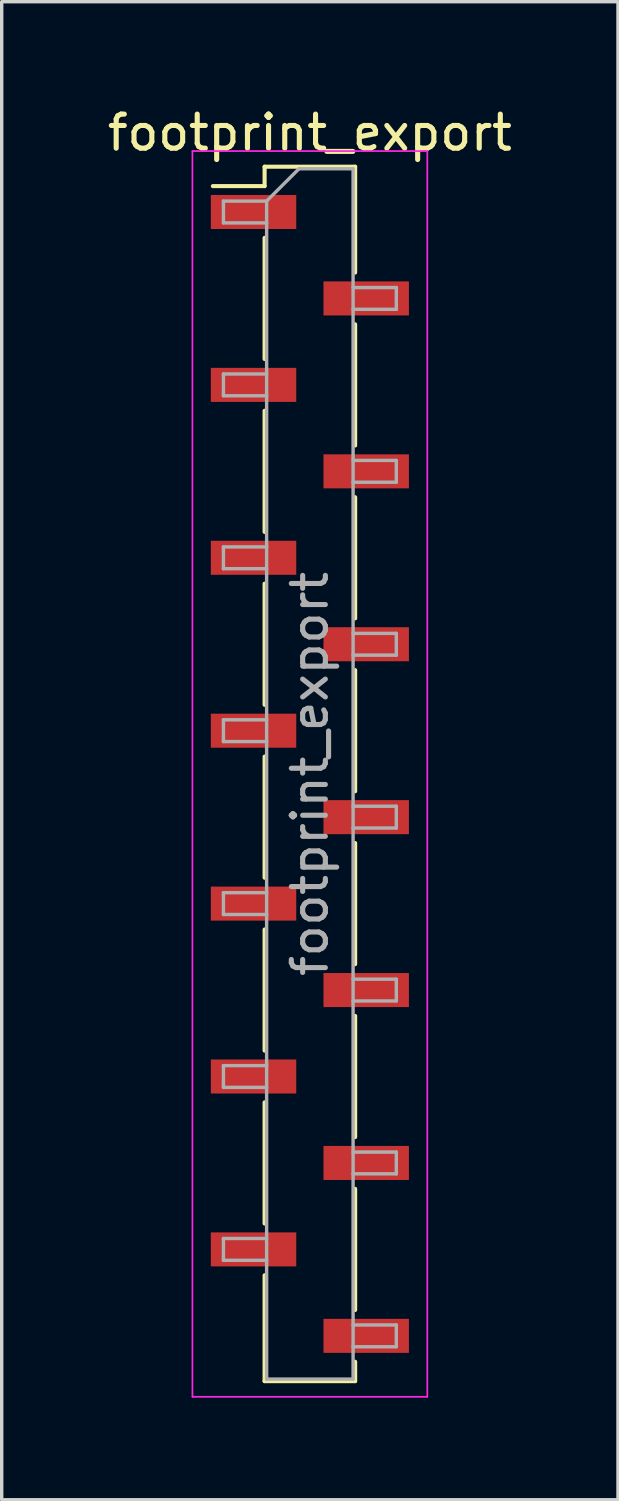
<source format=kicad_pcb>
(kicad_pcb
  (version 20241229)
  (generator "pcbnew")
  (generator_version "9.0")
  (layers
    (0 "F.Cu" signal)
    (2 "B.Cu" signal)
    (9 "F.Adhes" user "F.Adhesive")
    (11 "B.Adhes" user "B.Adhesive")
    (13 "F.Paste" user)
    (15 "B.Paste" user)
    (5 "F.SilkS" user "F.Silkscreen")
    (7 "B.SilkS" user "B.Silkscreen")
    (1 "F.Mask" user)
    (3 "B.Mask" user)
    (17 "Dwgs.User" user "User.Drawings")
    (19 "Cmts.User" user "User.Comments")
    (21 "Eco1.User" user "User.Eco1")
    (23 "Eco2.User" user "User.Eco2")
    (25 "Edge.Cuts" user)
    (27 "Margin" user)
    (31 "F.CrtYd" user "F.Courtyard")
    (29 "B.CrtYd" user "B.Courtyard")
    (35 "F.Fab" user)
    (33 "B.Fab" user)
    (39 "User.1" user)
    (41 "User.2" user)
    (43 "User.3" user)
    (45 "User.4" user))
  (footprint "footprint_export"
    (layer "F.Cu")
    (at 6.054 19.688)
    (property "Reference" "footprint_export" (at 0 -18.84 0) (layer "F.SilkS") (effects (font (size 1 1) (thickness 0.15))))
    (attr smd)
    (fp_line (start -1.33 -17.84) (end -1.33 -17.27) (stroke (width 0.12) (type solid)) (layer "F.SilkS"))
    (fp_line (start -1.33 -17.84) (end 1.33 -17.84) (stroke (width 0.12) (type solid)) (layer "F.SilkS"))
    (fp_line (start -1.33 -17.27) (end -2.85 -17.27) (stroke (width 0.12) (type solid)) (layer "F.SilkS"))
    (fp_line (start -1.33 -15.75) (end -1.33 -12.19) (stroke (width 0.12) (type solid)) (layer "F.SilkS"))
    (fp_line (start -1.33 -10.67) (end -1.33 -7.11) (stroke (width 0.12) (type solid)) (layer "F.SilkS"))
    (fp_line (start -1.33 -5.59) (end -1.33 -2.03) (stroke (width 0.12) (type solid)) (layer "F.SilkS"))
    (fp_line (start -1.33 -0.51) (end -1.33 3.05) (stroke (width 0.12) (type solid)) (layer "F.SilkS"))
    (fp_line (start -1.33 4.57) (end -1.33 8.13) (stroke (width 0.12) (type solid)) (layer "F.SilkS"))
    (fp_line (start -1.33 9.65) (end -1.33 13.21) (stroke (width 0.12) (type solid)) (layer "F.SilkS"))
    (fp_line (start -1.33 14.73) (end -1.33 17.84) (stroke (width 0.12) (type solid)) (layer "F.SilkS"))
    (fp_line (start -1.33 17.84) (end 1.33 17.84) (stroke (width 0.12) (type solid)) (layer "F.SilkS"))
    (fp_line (start 1.33 -17.84) (end 1.33 -14.73) (stroke (width 0.12) (type solid)) (layer "F.SilkS"))
    (fp_line (start 1.33 -13.21) (end 1.33 -9.65) (stroke (width 0.12) (type solid)) (layer "F.SilkS"))
    (fp_line (start 1.33 -8.13) (end 1.33 -4.57) (stroke (width 0.12) (type solid)) (layer "F.SilkS"))
    (fp_line (start 1.33 -3.05) (end 1.33 0.51) (stroke (width 0.12) (type solid)) (layer "F.SilkS"))
    (fp_line (start 1.33 2.03) (end 1.33 5.59) (stroke (width 0.12) (type solid)) (layer "F.SilkS"))
    (fp_line (start 1.33 7.11) (end 1.33 10.67) (stroke (width 0.12) (type solid)) (layer "F.SilkS"))
    (fp_line (start 1.33 12.19) (end 1.33 15.75) (stroke (width 0.12) (type solid)) (layer "F.SilkS"))
    (fp_line (start 1.33 17.27) (end 1.33 17.84) (stroke (width 0.12) (type solid)) (layer "F.SilkS"))
    (fp_line (start -3.45 -18.3) (end -3.45 18.3) (stroke (width 0.05) (type solid)) (layer "F.CrtYd"))
    (fp_line (start -3.45 18.3) (end 3.45 18.3) (stroke (width 0.05) (type solid)) (layer "F.CrtYd"))
    (fp_line (start 3.45 -18.3) (end -3.45 -18.3) (stroke (width 0.05) (type solid)) (layer "F.CrtYd"))
    (fp_line (start 3.45 18.3) (end 3.45 -18.3) (stroke (width 0.05) (type solid)) (layer "F.CrtYd"))
    (fp_line (start -2.54 -16.83) (end -2.54 -16.19) (stroke (width 0.1) (type solid)) (layer "F.Fab"))
    (fp_line (start -2.54 -16.19) (end -1.27 -16.19) (stroke (width 0.1) (type solid)) (layer "F.Fab"))
    (fp_line (start -2.54 -11.75) (end -2.54 -11.11) (stroke (width 0.1) (type solid)) (layer "F.Fab"))
    (fp_line (start -2.54 -11.11) (end -1.27 -11.11) (stroke (width 0.1) (type solid)) (layer "F.Fab"))
    (fp_line (start -2.54 -6.67) (end -2.54 -6.03) (stroke (width 0.1) (type solid)) (layer "F.Fab"))
    (fp_line (start -2.54 -6.03) (end -1.27 -6.03) (stroke (width 0.1) (type solid)) (layer "F.Fab"))
    (fp_line (start -2.54 -1.59) (end -2.54 -0.95) (stroke (width 0.1) (type solid)) (layer "F.Fab"))
    (fp_line (start -2.54 -0.95) (end -1.27 -0.95) (stroke (width 0.1) (type solid)) (layer "F.Fab"))
    (fp_line (start -2.54 3.49) (end -2.54 4.13) (stroke (width 0.1) (type solid)) (layer "F.Fab"))
    (fp_line (start -2.54 4.13) (end -1.27 4.13) (stroke (width 0.1) (type solid)) (layer "F.Fab"))
    (fp_line (start -2.54 8.57) (end -2.54 9.21) (stroke (width 0.1) (type solid)) (layer "F.Fab"))
    (fp_line (start -2.54 9.21) (end -1.27 9.21) (stroke (width 0.1) (type solid)) (layer "F.Fab"))
    (fp_line (start -2.54 13.65) (end -2.54 14.29) (stroke (width 0.1) (type solid)) (layer "F.Fab"))
    (fp_line (start -2.54 14.29) (end -1.27 14.29) (stroke (width 0.1) (type solid)) (layer "F.Fab"))
    (fp_line (start -1.27 -16.83) (end -2.54 -16.83) (stroke (width 0.1) (type solid)) (layer "F.Fab"))
    (fp_line (start -1.27 -16.83) (end -0.32 -17.78) (stroke (width 0.1) (type solid)) (layer "F.Fab"))
    (fp_line (start -1.27 -11.75) (end -2.54 -11.75) (stroke (width 0.1) (type solid)) (layer "F.Fab"))
    (fp_line (start -1.27 -6.67) (end -2.54 -6.67) (stroke (width 0.1) (type solid)) (layer "F.Fab"))
    (fp_line (start -1.27 -1.59) (end -2.54 -1.59) (stroke (width 0.1) (type solid)) (layer "F.Fab"))
    (fp_line (start -1.27 3.49) (end -2.54 3.49) (stroke (width 0.1) (type solid)) (layer "F.Fab"))
    (fp_line (start -1.27 8.57) (end -2.54 8.57) (stroke (width 0.1) (type solid)) (layer "F.Fab"))
    (fp_line (start -1.27 13.65) (end -2.54 13.65) (stroke (width 0.1) (type solid)) (layer "F.Fab"))
    (fp_line (start -1.27 17.78) (end -1.27 -16.83) (stroke (width 0.1) (type solid)) (layer "F.Fab"))
    (fp_line (start -0.32 -17.78) (end 1.27 -17.78) (stroke (width 0.1) (type solid)) (layer "F.Fab"))
    (fp_line (start 1.27 -17.78) (end 1.27 17.78) (stroke (width 0.1) (type solid)) (layer "F.Fab"))
    (fp_line (start 1.27 -14.29) (end 2.54 -14.29) (stroke (width 0.1) (type solid)) (layer "F.Fab"))
    (fp_line (start 1.27 -9.21) (end 2.54 -9.21) (stroke (width 0.1) (type solid)) (layer "F.Fab"))
    (fp_line (start 1.27 -4.13) (end 2.54 -4.13) (stroke (width 0.1) (type solid)) (layer "F.Fab"))
    (fp_line (start 1.27 0.95) (end 2.54 0.95) (stroke (width 0.1) (type solid)) (layer "F.Fab"))
    (fp_line (start 1.27 6.03) (end 2.54 6.03) (stroke (width 0.1) (type solid)) (layer "F.Fab"))
    (fp_line (start 1.27 11.11) (end 2.54 11.11) (stroke (width 0.1) (type solid)) (layer "F.Fab"))
    (fp_line (start 1.27 16.19) (end 2.54 16.19) (stroke (width 0.1) (type solid)) (layer "F.Fab"))
    (fp_line (start 1.27 17.78) (end -1.27 17.78) (stroke (width 0.1) (type solid)) (layer "F.Fab"))
    (fp_line (start 2.54 -14.29) (end 2.54 -13.65) (stroke (width 0.1) (type solid)) (layer "F.Fab"))
    (fp_line (start 2.54 -13.65) (end 1.27 -13.65) (stroke (width 0.1) (type solid)) (layer "F.Fab"))
    (fp_line (start 2.54 -9.21) (end 2.54 -8.57) (stroke (width 0.1) (type solid)) (layer "F.Fab"))
    (fp_line (start 2.54 -8.57) (end 1.27 -8.57) (stroke (width 0.1) (type solid)) (layer "F.Fab"))
    (fp_line (start 2.54 -4.13) (end 2.54 -3.49) (stroke (width 0.1) (type solid)) (layer "F.Fab"))
    (fp_line (start 2.54 -3.49) (end 1.27 -3.49) (stroke (width 0.1) (type solid)) (layer "F.Fab"))
    (fp_line (start 2.54 0.95) (end 2.54 1.59) (stroke (width 0.1) (type solid)) (layer "F.Fab"))
    (fp_line (start 2.54 1.59) (end 1.27 1.59) (stroke (width 0.1) (type solid)) (layer "F.Fab"))
    (fp_line (start 2.54 6.03) (end 2.54 6.67) (stroke (width 0.1) (type solid)) (layer "F.Fab"))
    (fp_line (start 2.54 6.67) (end 1.27 6.67) (stroke (width 0.1) (type solid)) (layer "F.Fab"))
    (fp_line (start 2.54 11.11) (end 2.54 11.75) (stroke (width 0.1) (type solid)) (layer "F.Fab"))
    (fp_line (start 2.54 11.75) (end 1.27 11.75) (stroke (width 0.1) (type solid)) (layer "F.Fab"))
    (fp_line (start 2.54 16.19) (end 2.54 16.83) (stroke (width 0.1) (type solid)) (layer "F.Fab"))
    (fp_line (start 2.54 16.83) (end 1.27 16.83) (stroke (width 0.1) (type solid)) (layer "F.Fab"))
    (fp_text user "${REFERENCE}" (at 0 0 90) (layer "F.Fab") (effects (font (size 1 1) (thickness 0.15))))
    (pad "1" smd rect (at -1.655 -16.51) (size 2.51 1) (layers "F.Cu" "F.Mask" "F.Paste"))
    (pad "2" smd rect (at 1.655 -13.97) (size 2.51 1) (layers "F.Cu" "F.Mask" "F.Paste"))
    (pad "3" smd rect (at -1.655 -11.43) (size 2.51 1) (layers "F.Cu" "F.Mask" "F.Paste"))
    (pad "4" smd rect (at 1.655 -8.89) (size 2.51 1) (layers "F.Cu" "F.Mask" "F.Paste"))
    (pad "5" smd rect (at -1.655 -6.35) (size 2.51 1) (layers "F.Cu" "F.Mask" "F.Paste"))
    (pad "6" smd rect (at 1.655 -3.81) (size 2.51 1) (layers "F.Cu" "F.Mask" "F.Paste"))
    (pad "7" smd rect (at -1.655 -1.27) (size 2.51 1) (layers "F.Cu" "F.Mask" "F.Paste"))
    (pad "8" smd rect (at 1.655 1.27) (size 2.51 1) (layers "F.Cu" "F.Mask" "F.Paste"))
    (pad "9" smd rect (at -1.655 3.81) (size 2.51 1) (layers "F.Cu" "F.Mask" "F.Paste"))
    (pad "10" smd rect (at 1.655 6.35) (size 2.51 1) (layers "F.Cu" "F.Mask" "F.Paste"))
    (pad "11" smd rect (at -1.655 8.89) (size 2.51 1) (layers "F.Cu" "F.Mask" "F.Paste"))
    (pad "12" smd rect (at 1.655 11.43) (size 2.51 1) (layers "F.Cu" "F.Mask" "F.Paste"))
    (pad "13" smd rect (at -1.655 13.97) (size 2.51 1) (layers "F.Cu" "F.Mask" "F.Paste"))
    (pad "14" smd rect (at 1.655 16.51) (size 2.51 1) (layers "F.Cu" "F.Mask" "F.Paste")))
  (gr_rect
    (start -3 -3)
    (end 15.107 41.013)
    (stroke (width 0.1) (type default))
    (fill no)
    (layer "Edge.Cuts")))
</source>
